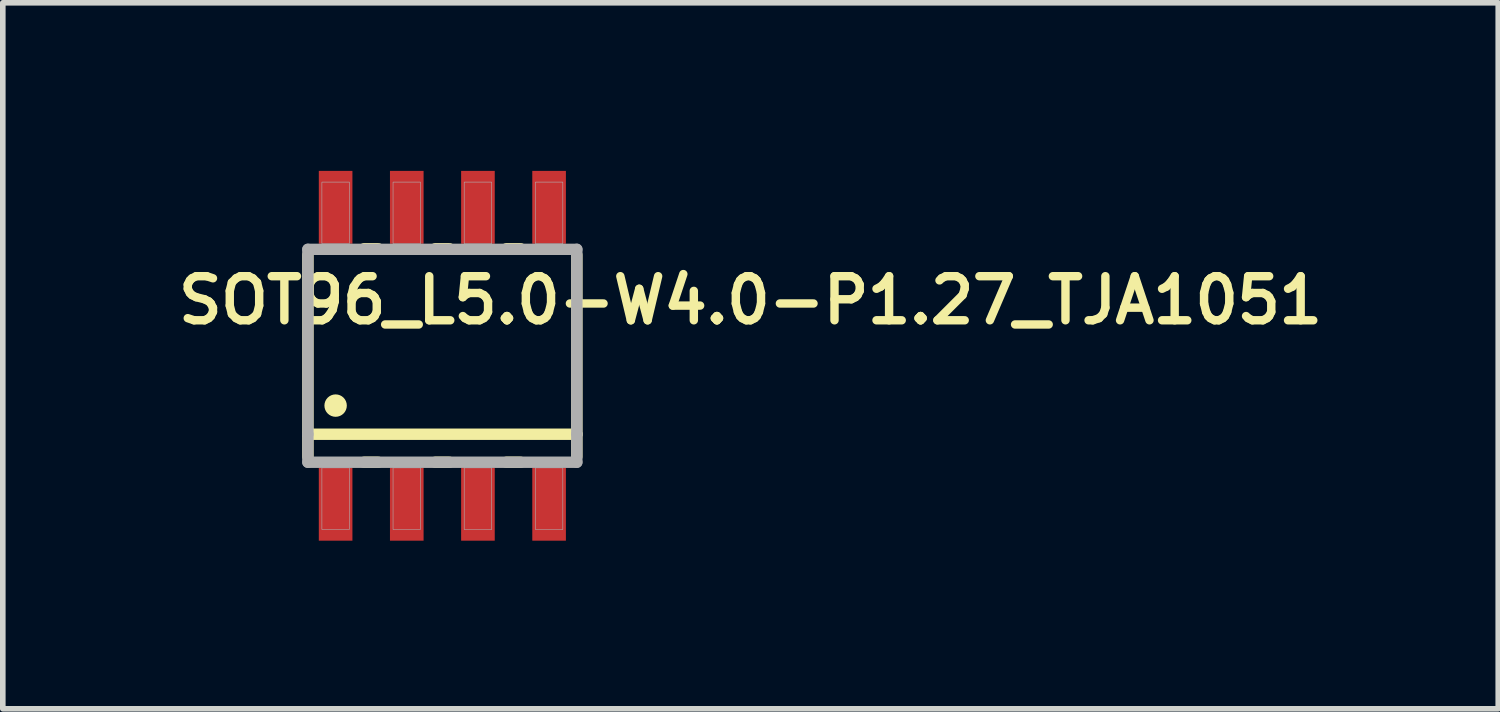
<source format=kicad_pcb>
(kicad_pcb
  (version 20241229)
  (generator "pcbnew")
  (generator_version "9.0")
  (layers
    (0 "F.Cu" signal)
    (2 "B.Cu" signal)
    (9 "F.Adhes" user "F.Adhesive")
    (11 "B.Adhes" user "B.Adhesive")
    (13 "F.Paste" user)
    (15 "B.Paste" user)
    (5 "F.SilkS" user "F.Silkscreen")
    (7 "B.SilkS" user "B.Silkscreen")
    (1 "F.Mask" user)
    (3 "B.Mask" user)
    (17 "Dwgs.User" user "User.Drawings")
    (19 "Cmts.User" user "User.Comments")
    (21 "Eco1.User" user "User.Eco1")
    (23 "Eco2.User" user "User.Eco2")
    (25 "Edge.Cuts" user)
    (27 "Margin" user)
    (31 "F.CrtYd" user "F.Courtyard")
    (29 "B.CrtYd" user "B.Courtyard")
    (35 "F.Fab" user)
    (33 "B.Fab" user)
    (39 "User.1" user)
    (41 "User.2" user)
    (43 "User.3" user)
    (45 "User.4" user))
  (footprint "SOT96_L5.0-W4.0-P1.27_TJA1051"
    (layer "F.Cu")
    (at 4.845 3.3)
    (property "Reference" "SOT96_L5.0-W4.0-P1.27_TJA1051" (at 5.5 -0.99 0) (layer "F.SilkS") (effects (font (size 0.787 0.787) (thickness 0.15))))
    (attr smd)
    (fp_line (start -2.4 1.4) (end -2.4 -1.8) (stroke (width 0.203) (type solid)) (layer "F.SilkS"))
    (fp_line (start -2.4 1.4) (end -2.4 1.8) (stroke (width 0.203) (type solid)) (layer "F.SilkS"))
    (fp_line (start -1.397 -1.91) (end -1.143 -1.91) (stroke (width 0.203) (type solid)) (layer "F.SilkS"))
    (fp_line (start -1.397 1.9) (end -1.143 1.9) (stroke (width 0.203) (type solid)) (layer "F.SilkS"))
    (fp_line (start -0.127 -1.91) (end 0.127 -1.91) (stroke (width 0.203) (type solid)) (layer "F.SilkS"))
    (fp_line (start -0.127 1.9) (end 0.127 1.9) (stroke (width 0.203) (type solid)) (layer "F.SilkS"))
    (fp_line (start 1.143 -1.91) (end 1.397 -1.91) (stroke (width 0.203) (type solid)) (layer "F.SilkS"))
    (fp_line (start 1.143 1.9) (end 1.397 1.9) (stroke (width 0.203) (type solid)) (layer "F.SilkS"))
    (fp_line (start 2.4 -1.8) (end 2.4 1.4) (stroke (width 0.203) (type solid)) (layer "F.SilkS"))
    (fp_line (start 2.4 1.4) (end -2.4 1.4) (stroke (width 0.203) (type solid)) (layer "F.SilkS"))
    (fp_line (start 2.4 1.4) (end 2.4 1.8) (stroke (width 0.203) (type solid)) (layer "F.SilkS"))
    (fp_circle (center -1.905 0.889) (end -1.705 0.889) (stroke (width 0) (type solid)) (fill yes) (layer "F.SilkS"))
    (fp_line (start -2.4 -1.9) (end 2.4 -1.9) (stroke (width 0.203) (type solid)) (layer "F.Fab"))
    (fp_line (start -2.4 1.4) (end -2.4 -1.9) (stroke (width 0.203) (type solid)) (layer "F.Fab"))
    (fp_line (start -2.4 1.9) (end -2.4 1.4) (stroke (width 0.203) (type solid)) (layer "F.Fab"))
    (fp_line (start 2.4 -1.9) (end 2.4 1.4) (stroke (width 0.203) (type solid)) (layer "F.Fab"))
    (fp_line (start 2.4 1.4) (end 2.4 1.9) (stroke (width 0.203) (type solid)) (layer "F.Fab"))
    (fp_line (start 2.4 1.9) (end -2.4 1.9) (stroke (width 0.203) (type solid)) (layer "F.Fab"))
    (fp_poly (pts (xy -2.15 -3.1) (xy -1.66 -3.1) (xy -1.66 -2) (xy -2.15 -2)) (stroke (width 0.01) (type solid)) (fill no) (layer "F.Fab"))
    (fp_poly (pts (xy -2.15 2) (xy -1.66 2) (xy -1.66 3.1) (xy -2.15 3.1)) (stroke (width 0.01) (type solid)) (fill no) (layer "F.Fab"))
    (fp_poly (pts (xy -0.88 -3.1) (xy -0.39 -3.1) (xy -0.39 -2) (xy -0.88 -2)) (stroke (width 0.01) (type solid)) (fill no) (layer "F.Fab"))
    (fp_poly (pts (xy -0.88 2) (xy -0.39 2) (xy -0.39 3.1) (xy -0.88 3.1)) (stroke (width 0.01) (type solid)) (fill no) (layer "F.Fab"))
    (fp_poly (pts (xy 0.39 -3.1) (xy 0.88 -3.1) (xy 0.88 -2) (xy 0.39 -2)) (stroke (width 0.01) (type solid)) (fill no) (layer "F.Fab"))
    (fp_poly (pts (xy 0.39 2) (xy 0.88 2) (xy 0.88 3.1) (xy 0.39 3.1)) (stroke (width 0.01) (type solid)) (fill no) (layer "F.Fab"))
    (fp_poly (pts (xy 1.66 -3.1) (xy 2.15 -3.1) (xy 2.15 -2) (xy 1.66 -2)) (stroke (width 0.01) (type solid)) (fill no) (layer "F.Fab"))
    (fp_poly (pts (xy 1.66 2) (xy 2.15 2) (xy 2.15 3.1) (xy 1.66 3.1)) (stroke (width 0.01) (type solid)) (fill no) (layer "F.Fab"))
    (pad "1" smd rect (at -1.905 2.65) (size 0.6 1.3) (layers "F.Cu" "F.Mask" "F.Paste"))
    (pad "2" smd rect (at -0.635 2.65) (size 0.6 1.3) (layers "F.Cu" "F.Mask" "F.Paste"))
    (pad "3" smd rect (at 0.635 2.65) (size 0.6 1.3) (layers "F.Cu" "F.Mask" "F.Paste"))
    (pad "4" smd rect (at 1.905 2.65) (size 0.6 1.3) (layers "F.Cu" "F.Mask" "F.Paste"))
    (pad "5" smd rect (at 1.905 -2.65) (size 0.6 1.3) (layers "F.Cu" "F.Mask" "F.Paste"))
    (pad "6" smd rect (at 0.635 -2.65) (size 0.6 1.3) (layers "F.Cu" "F.Mask" "F.Paste"))
    (pad "7" smd rect (at -0.635 -2.65) (size 0.6 1.3) (layers "F.Cu" "F.Mask" "F.Paste"))
    (pad "8" smd rect (at -1.905 -2.65) (size 0.6 1.3) (layers "F.Cu" "F.Mask" "F.Paste")))
  (gr_rect
    (start -3 -3)
    (end 23.69 9.6)
    (stroke (width 0.1) (type default))
    (fill no)
    (layer "Edge.Cuts")))
</source>
